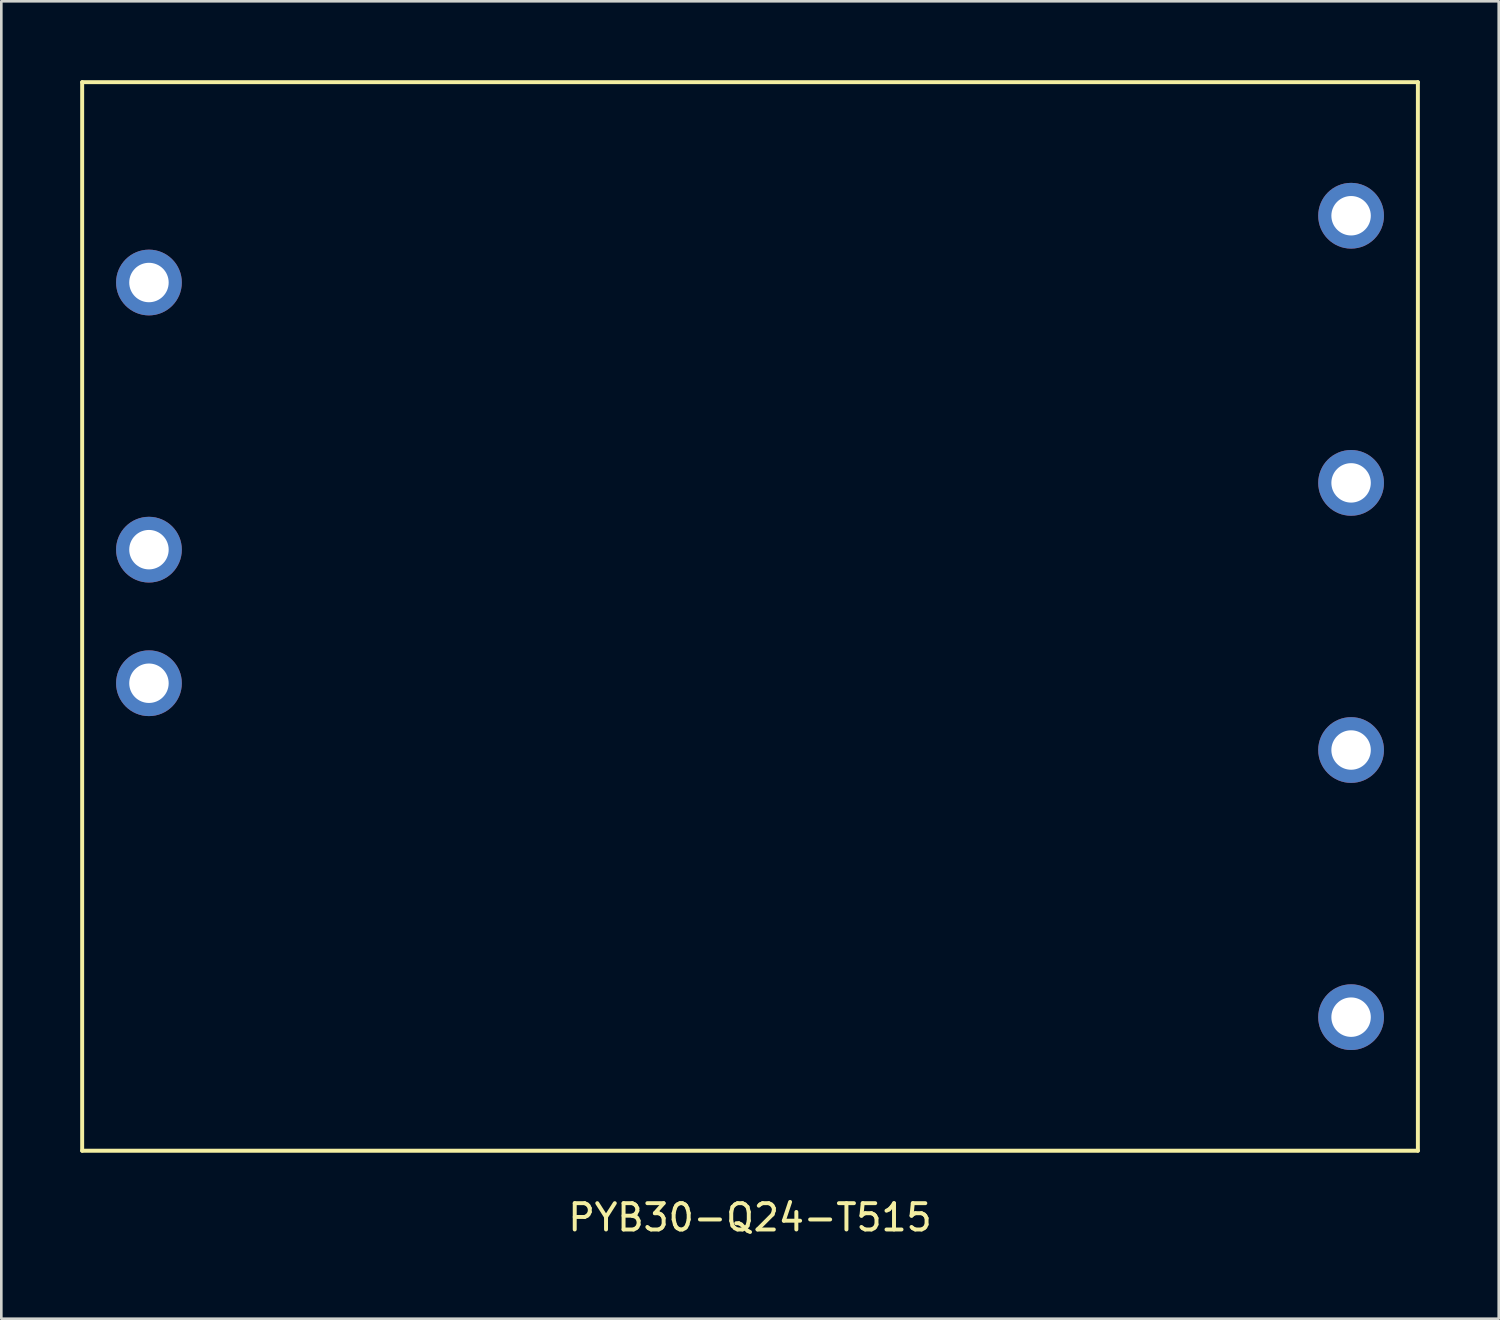
<source format=kicad_pcb>
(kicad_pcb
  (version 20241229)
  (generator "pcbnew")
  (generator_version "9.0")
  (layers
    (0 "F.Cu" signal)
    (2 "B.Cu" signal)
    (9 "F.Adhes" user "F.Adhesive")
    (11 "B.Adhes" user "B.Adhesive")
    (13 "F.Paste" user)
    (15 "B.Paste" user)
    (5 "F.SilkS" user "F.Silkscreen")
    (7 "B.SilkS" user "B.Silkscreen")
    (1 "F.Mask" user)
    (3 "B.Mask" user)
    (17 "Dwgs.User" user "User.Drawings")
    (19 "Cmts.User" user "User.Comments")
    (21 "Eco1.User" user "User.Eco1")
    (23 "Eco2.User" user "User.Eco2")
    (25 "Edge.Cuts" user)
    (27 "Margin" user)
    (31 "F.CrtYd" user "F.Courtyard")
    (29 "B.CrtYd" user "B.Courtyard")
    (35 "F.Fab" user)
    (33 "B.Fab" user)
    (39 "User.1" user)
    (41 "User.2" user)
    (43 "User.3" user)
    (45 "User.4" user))
  (footprint "PYB30-Q24-T515"
    (layer "F.Cu")
    (at 25.475 20.395)
    (property "Reference" "PYB30-Q24-T515" (at 0 22.86 0) (layer "F.SilkS") (effects (font (size 1 1) (thickness 0.15))))
    (attr through_hole)
    (fp_line (start -25.4 -20.32) (end 25.4 -20.32) (stroke (width 0.15) (type solid)) (layer "F.SilkS"))
    (fp_line (start -25.4 20.32) (end -25.4 -20.32) (stroke (width 0.15) (type solid)) (layer "F.SilkS"))
    (fp_line (start 25.4 -20.32) (end 25.4 20.32) (stroke (width 0.15) (type solid)) (layer "F.SilkS"))
    (fp_line (start 25.4 20.32) (end -25.4 20.32) (stroke (width 0.15) (type solid)) (layer "F.SilkS"))
    (pad "1" thru_hole circle (at -22.86 2.54) (size 2.5 2.5) (drill 1.5) (layers "*.Cu" "*.Mask"))
    (pad "2" thru_hole circle (at -22.86 -2.54) (size 2.5 2.5) (drill 1.5) (layers "*.Cu" "*.Mask"))
    (pad "3" thru_hole circle (at -22.86 -12.7) (size 2.5 2.5) (drill 1.5) (layers "*.Cu" "*.Mask"))
    (pad "4" thru_hole circle (at 22.86 -15.24) (size 2.5 2.5) (drill 1.5) (layers "*.Cu" "*.Mask"))
    (pad "5" thru_hole circle (at 22.86 -5.08) (size 2.5 2.5) (drill 1.5) (layers "*.Cu" "*.Mask"))
    (pad "6" thru_hole circle (at 22.86 5.08) (size 2.5 2.5) (drill 1.5) (layers "*.Cu" "*.Mask"))
    (pad "7" thru_hole circle (at 22.86 15.24) (size 2.5 2.5) (drill 1.5) (layers "*.Cu" "*.Mask")))
  (gr_rect
    (start -3 -3)
    (end 53.95 47.103)
    (stroke (width 0.1) (type default))
    (fill no)
    (layer "Edge.Cuts")))
</source>
